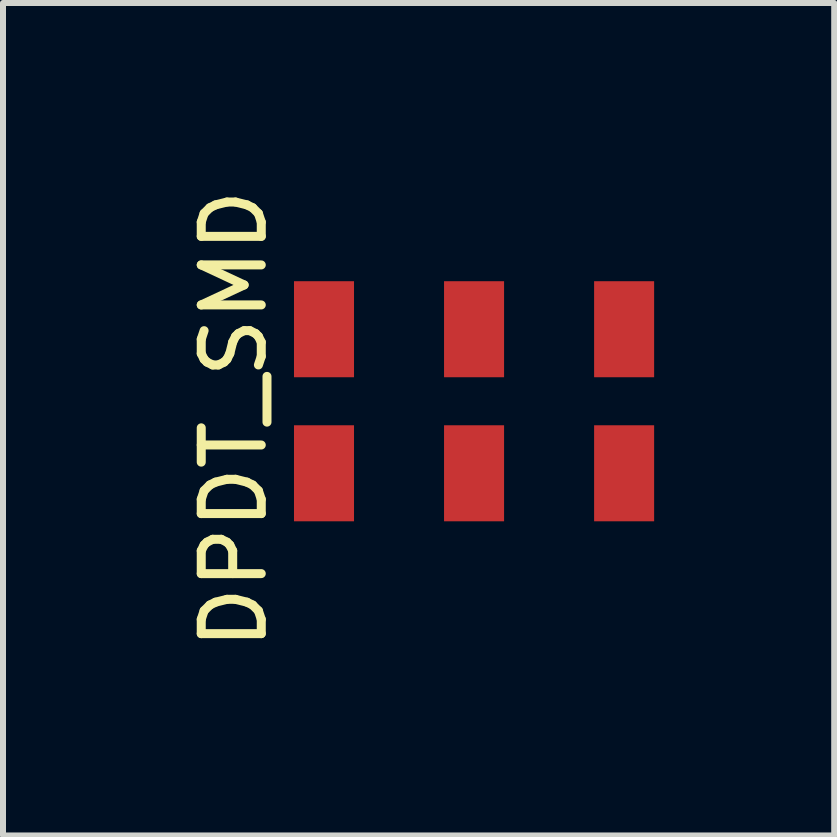
<source format=kicad_pcb>
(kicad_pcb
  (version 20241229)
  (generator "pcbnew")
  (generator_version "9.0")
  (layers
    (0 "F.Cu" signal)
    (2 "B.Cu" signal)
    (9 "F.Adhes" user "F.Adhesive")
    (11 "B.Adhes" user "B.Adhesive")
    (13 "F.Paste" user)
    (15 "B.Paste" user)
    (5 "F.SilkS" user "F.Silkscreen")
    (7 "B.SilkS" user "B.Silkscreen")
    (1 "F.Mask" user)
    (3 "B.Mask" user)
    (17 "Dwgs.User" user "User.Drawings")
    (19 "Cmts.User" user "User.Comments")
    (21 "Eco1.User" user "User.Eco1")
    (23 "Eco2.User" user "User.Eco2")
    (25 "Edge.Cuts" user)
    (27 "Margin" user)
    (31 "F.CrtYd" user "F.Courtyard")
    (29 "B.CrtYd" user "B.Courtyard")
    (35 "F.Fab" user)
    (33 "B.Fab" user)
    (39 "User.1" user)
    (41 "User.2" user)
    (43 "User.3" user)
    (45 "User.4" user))
  (footprint "DPDT_SMD"
    (layer "F.Cu")
    (at 2.348 2.435)
    (property "Reference" "DPDT_SMD" (at -1.5 1.5 90) (layer "F.SilkS") (effects (font (size 1 1) (thickness 0.15))))
    (attr smd)
    (pad "1" smd rect (at 0 0) (size 1 1.6) (layers "F.Cu" "F.Mask" "F.Paste"))
    (pad "2" smd rect (at 2.5 0) (size 1 1.6) (layers "F.Cu" "F.Mask" "F.Paste"))
    (pad "3" smd rect (at 5 0) (size 1 1.6) (layers "F.Cu" "F.Mask" "F.Paste"))
    (pad "4" smd rect (at 0 2.4) (size 1 1.6) (layers "F.Cu" "F.Mask" "F.Paste"))
    (pad "5" smd rect (at 2.5 2.4) (size 1 1.6) (layers "F.Cu" "F.Mask" "F.Paste"))
    (pad "6" smd rect (at 5 2.4) (size 1 1.6) (layers "F.Cu" "F.Mask" "F.Paste")))
  (gr_rect
    (start -3 -3)
    (end 10.848 10.869)
    (stroke (width 0.1) (type default))
    (fill no)
    (layer "Edge.Cuts")))
</source>
